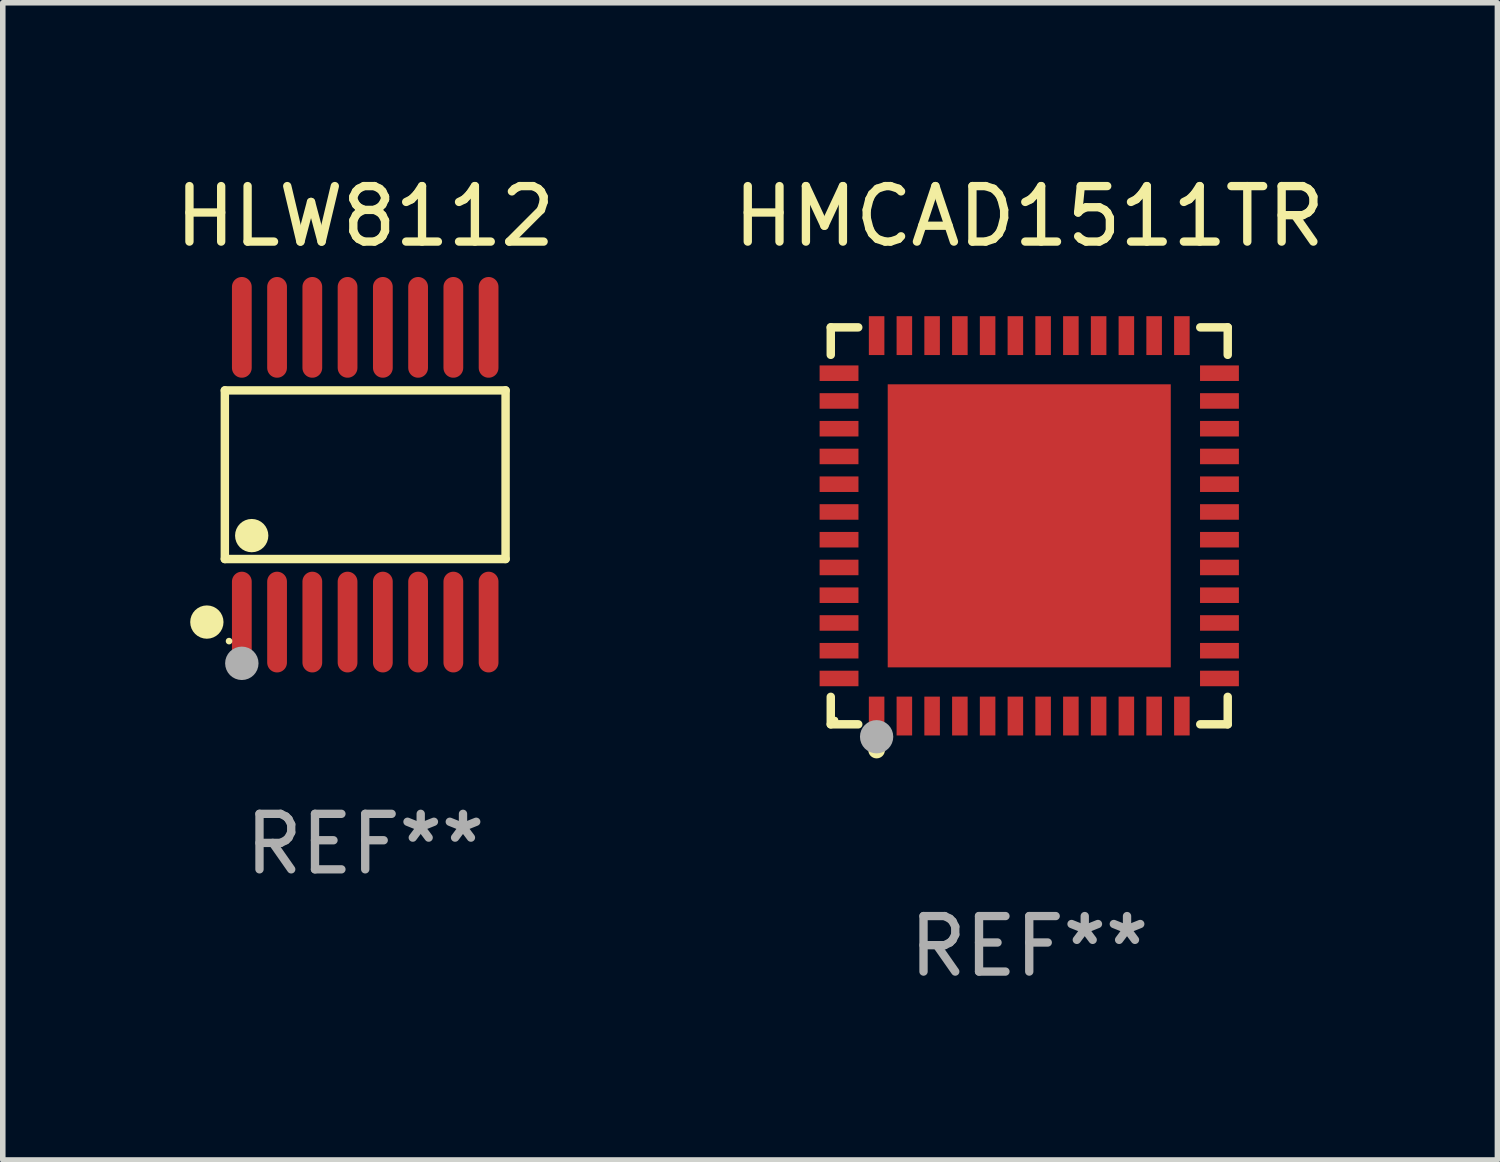
<source format=kicad_pcb>
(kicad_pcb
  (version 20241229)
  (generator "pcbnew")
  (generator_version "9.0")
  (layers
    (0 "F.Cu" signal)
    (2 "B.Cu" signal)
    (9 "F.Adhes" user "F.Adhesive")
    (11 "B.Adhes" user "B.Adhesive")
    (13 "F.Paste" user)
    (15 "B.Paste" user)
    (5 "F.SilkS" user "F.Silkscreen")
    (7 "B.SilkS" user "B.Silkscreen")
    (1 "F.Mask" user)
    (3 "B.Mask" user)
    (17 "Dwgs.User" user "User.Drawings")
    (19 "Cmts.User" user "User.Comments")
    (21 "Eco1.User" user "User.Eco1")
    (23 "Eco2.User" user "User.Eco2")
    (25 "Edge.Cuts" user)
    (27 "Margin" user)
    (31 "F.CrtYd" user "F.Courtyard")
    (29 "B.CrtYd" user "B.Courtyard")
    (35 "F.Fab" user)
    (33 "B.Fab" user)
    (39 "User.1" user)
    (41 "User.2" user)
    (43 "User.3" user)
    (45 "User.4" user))
  (footprint "HMCAD1511TR"
    (layer "F.Cu")
    (at 15.494 6.424)
    (property "Reference" "HMCAD1511TR" (at 0 -5.576 0) (layer "F.SilkS") (effects (font (size 1 1) (thickness 0.15))))
    (attr through_hole)
    (fp_line (start -3.576 -3.576) (end -3.081 -3.576) (stroke (width 0.152) (type solid)) (layer "F.SilkS"))
    (fp_line (start -3.576 -3.081) (end -3.576 -3.576) (stroke (width 0.152) (type solid)) (layer "F.SilkS"))
    (fp_line (start -3.576 3.081) (end -3.576 3.576) (stroke (width 0.152) (type solid)) (layer "F.SilkS"))
    (fp_line (start -3.576 3.576) (end -3.081 3.576) (stroke (width 0.152) (type solid)) (layer "F.SilkS"))
    (fp_line (start 3.576 -3.576) (end 3.081 -3.576) (stroke (width 0.152) (type solid)) (layer "F.SilkS"))
    (fp_line (start 3.576 -3.081) (end 3.576 -3.576) (stroke (width 0.152) (type solid)) (layer "F.SilkS"))
    (fp_line (start 3.576 3.081) (end 3.576 3.576) (stroke (width 0.152) (type solid)) (layer "F.SilkS"))
    (fp_line (start 3.576 3.576) (end 3.081 3.576) (stroke (width 0.152) (type solid)) (layer "F.SilkS"))
    (fp_circle (center -3.5 3.5) (end -3.47 3.5) (stroke (width 0.06) (type solid)) (fill no) (layer "F.SilkS"))
    (fp_circle (center -2.75 4.04) (end -2.675 4.04) (stroke (width 0.15) (type solid)) (fill no) (layer "F.SilkS"))
    (fp_circle (center -2.75 3.8) (end -2.6 3.8) (stroke (width 0.3) (type solid)) (fill no) (layer "F.Fab"))
    (fp_text user "REF**" (at 0 7.576 0) (layer "F.Fab") (effects (font (size 1 1) (thickness 0.15))))
    (pad "1" smd rect (at -2.75 3.427) (size 0.28 0.7) (layers "F.Cu" "F.Mask" "F.Paste"))
    (pad "2" smd rect (at -2.25 3.427) (size 0.28 0.7) (layers "F.Cu" "F.Mask" "F.Paste"))
    (pad "3" smd rect (at -1.75 3.427) (size 0.28 0.7) (layers "F.Cu" "F.Mask" "F.Paste"))
    (pad "4" smd rect (at -1.25 3.427) (size 0.28 0.7) (layers "F.Cu" "F.Mask" "F.Paste"))
    (pad "5" smd rect (at -0.75 3.427) (size 0.28 0.7) (layers "F.Cu" "F.Mask" "F.Paste"))
    (pad "6" smd rect (at -0.25 3.427) (size 0.28 0.7) (layers "F.Cu" "F.Mask" "F.Paste"))
    (pad "7" smd rect (at 0.25 3.427) (size 0.28 0.7) (layers "F.Cu" "F.Mask" "F.Paste"))
    (pad "8" smd rect (at 0.75 3.427) (size 0.28 0.7) (layers "F.Cu" "F.Mask" "F.Paste"))
    (pad "9" smd rect (at 1.25 3.427) (size 0.28 0.7) (layers "F.Cu" "F.Mask" "F.Paste"))
    (pad "10" smd rect (at 1.75 3.427) (size 0.28 0.7) (layers "F.Cu" "F.Mask" "F.Paste"))
    (pad "11" smd rect (at 2.25 3.427) (size 0.28 0.7) (layers "F.Cu" "F.Mask" "F.Paste"))
    (pad "12" smd rect (at 2.75 3.427) (size 0.28 0.7) (layers "F.Cu" "F.Mask" "F.Paste"))
    (pad "13" smd rect (at 3.427 2.75) (size 0.7 0.28) (layers "F.Cu" "F.Mask" "F.Paste"))
    (pad "14" smd rect (at 3.427 2.25) (size 0.7 0.28) (layers "F.Cu" "F.Mask" "F.Paste"))
    (pad "15" smd rect (at 3.427 1.75) (size 0.7 0.28) (layers "F.Cu" "F.Mask" "F.Paste"))
    (pad "16" smd rect (at 3.427 1.25) (size 0.7 0.28) (layers "F.Cu" "F.Mask" "F.Paste"))
    (pad "17" smd rect (at 3.427 0.75) (size 0.7 0.28) (layers "F.Cu" "F.Mask" "F.Paste"))
    (pad "18" smd rect (at 3.427 0.25) (size 0.7 0.28) (layers "F.Cu" "F.Mask" "F.Paste"))
    (pad "19" smd rect (at 3.427 -0.25) (size 0.7 0.28) (layers "F.Cu" "F.Mask" "F.Paste"))
    (pad "20" smd rect (at 3.427 -0.75) (size 0.7 0.28) (layers "F.Cu" "F.Mask" "F.Paste"))
    (pad "21" smd rect (at 3.427 -1.25) (size 0.7 0.28) (layers "F.Cu" "F.Mask" "F.Paste"))
    (pad "22" smd rect (at 3.427 -1.75) (size 0.7 0.28) (layers "F.Cu" "F.Mask" "F.Paste"))
    (pad "23" smd rect (at 3.427 -2.25) (size 0.7 0.28) (layers "F.Cu" "F.Mask" "F.Paste"))
    (pad "24" smd rect (at 3.427 -2.75) (size 0.7 0.28) (layers "F.Cu" "F.Mask" "F.Paste"))
    (pad "25" smd rect (at 2.75 -3.427) (size 0.28 0.7) (layers "F.Cu" "F.Mask" "F.Paste"))
    (pad "26" smd rect (at 2.25 -3.427) (size 0.28 0.7) (layers "F.Cu" "F.Mask" "F.Paste"))
    (pad "27" smd rect (at 1.75 -3.427) (size 0.28 0.7) (layers "F.Cu" "F.Mask" "F.Paste"))
    (pad "28" smd rect (at 1.25 -3.427) (size 0.28 0.7) (layers "F.Cu" "F.Mask" "F.Paste"))
    (pad "29" smd rect (at 0.75 -3.427) (size 0.28 0.7) (layers "F.Cu" "F.Mask" "F.Paste"))
    (pad "30" smd rect (at 0.25 -3.427) (size 0.28 0.7) (layers "F.Cu" "F.Mask" "F.Paste"))
    (pad "31" smd rect (at -0.25 -3.427) (size 0.28 0.7) (layers "F.Cu" "F.Mask" "F.Paste"))
    (pad "32" smd rect (at -0.75 -3.427) (size 0.28 0.7) (layers "F.Cu" "F.Mask" "F.Paste"))
    (pad "33" smd rect (at -1.25 -3.427) (size 0.28 0.7) (layers "F.Cu" "F.Mask" "F.Paste"))
    (pad "34" smd rect (at -1.75 -3.427) (size 0.28 0.7) (layers "F.Cu" "F.Mask" "F.Paste"))
    (pad "35" smd rect (at -2.25 -3.427) (size 0.28 0.7) (layers "F.Cu" "F.Mask" "F.Paste"))
    (pad "36" smd rect (at -2.75 -3.427) (size 0.28 0.7) (layers "F.Cu" "F.Mask" "F.Paste"))
    (pad "37" smd rect (at -3.427 -2.75) (size 0.7 0.28) (layers "F.Cu" "F.Mask" "F.Paste"))
    (pad "38" smd rect (at -3.427 -2.25) (size 0.7 0.28) (layers "F.Cu" "F.Mask" "F.Paste"))
    (pad "39" smd rect (at -3.427 -1.75) (size 0.7 0.28) (layers "F.Cu" "F.Mask" "F.Paste"))
    (pad "40" smd rect (at -3.427 -1.25) (size 0.7 0.28) (layers "F.Cu" "F.Mask" "F.Paste"))
    (pad "41" smd rect (at -3.427 -0.75) (size 0.7 0.28) (layers "F.Cu" "F.Mask" "F.Paste"))
    (pad "42" smd rect (at -3.427 -0.25) (size 0.7 0.28) (layers "F.Cu" "F.Mask" "F.Paste"))
    (pad "43" smd rect (at -3.427 0.25) (size 0.7 0.28) (layers "F.Cu" "F.Mask" "F.Paste"))
    (pad "44" smd rect (at -3.427 0.75) (size 0.7 0.28) (layers "F.Cu" "F.Mask" "F.Paste"))
    (pad "45" smd rect (at -3.427 1.25) (size 0.7 0.28) (layers "F.Cu" "F.Mask" "F.Paste"))
    (pad "46" smd rect (at -3.427 1.75) (size 0.7 0.28) (layers "F.Cu" "F.Mask" "F.Paste"))
    (pad "47" smd rect (at -3.427 2.25) (size 0.7 0.28) (layers "F.Cu" "F.Mask" "F.Paste"))
    (pad "48" smd rect (at -3.427 2.75) (size 0.7 0.28) (layers "F.Cu" "F.Mask" "F.Paste"))
    (pad "49" smd rect (at 0 0) (size 5.1 5.1) (layers "F.Cu" "F.Mask" "F.Paste")))
  (footprint "HLW8112"
    (layer "F.Cu")
    (at 3.53 5.503)
    (property "Reference" "HLW8112" (at 0 -4.655 0) (layer "F.SilkS") (effects (font (size 1 1) (thickness 0.15))))
    (attr through_hole)
    (fp_line (start -2.529 -1.519) (end 2.529 -1.519) (stroke (width 0.152) (type solid)) (layer "F.SilkS"))
    (fp_line (start -2.529 1.519) (end -2.529 -1.519) (stroke (width 0.152) (type solid)) (layer "F.SilkS"))
    (fp_line (start 2.529 -1.519) (end 2.529 1.519) (stroke (width 0.152) (type solid)) (layer "F.SilkS"))
    (fp_line (start 2.529 1.519) (end -2.529 1.519) (stroke (width 0.152) (type solid)) (layer "F.SilkS"))
    (fp_circle (center -2.853 2.655) (end -2.703 2.655) (stroke (width 0.3) (type solid)) (fill no) (layer "F.SilkS"))
    (fp_circle (center -2.453 2.998) (end -2.423 2.998) (stroke (width 0.06) (type solid)) (fill no) (layer "F.SilkS"))
    (fp_circle (center -2.045 1.097) (end -1.895 1.097) (stroke (width 0.3) (type solid)) (fill no) (layer "F.SilkS"))
    (fp_circle (center -2.223 3.398) (end -2.072 3.398) (stroke (width 0.3) (type solid)) (fill no) (layer "F.Fab"))
    (fp_text user "REF**" (at 0 6.655 0) (layer "F.Fab") (effects (font (size 1 1) (thickness 0.15))))
    (pad "1" smd oval (at -2.223 2.655) (size 0.356 1.815) (layers "F.Cu" "F.Mask" "F.Paste"))
    (pad "2" smd oval (at -1.588 2.655) (size 0.356 1.815) (layers "F.Cu" "F.Mask" "F.Paste"))
    (pad "3" smd oval (at -0.953 2.655) (size 0.356 1.815) (layers "F.Cu" "F.Mask" "F.Paste"))
    (pad "4" smd oval (at -0.318 2.655) (size 0.356 1.815) (layers "F.Cu" "F.Mask" "F.Paste"))
    (pad "5" smd oval (at 0.318 2.655) (size 0.356 1.815) (layers "F.Cu" "F.Mask" "F.Paste"))
    (pad "6" smd oval (at 0.953 2.655) (size 0.356 1.815) (layers "F.Cu" "F.Mask" "F.Paste"))
    (pad "7" smd oval (at 1.588 2.655) (size 0.356 1.815) (layers "F.Cu" "F.Mask" "F.Paste"))
    (pad "8" smd oval (at 2.223 2.655) (size 0.356 1.815) (layers "F.Cu" "F.Mask" "F.Paste"))
    (pad "9" smd oval (at 2.223 -2.655) (size 0.356 1.815) (layers "F.Cu" "F.Mask" "F.Paste"))
    (pad "10" smd oval (at 1.588 -2.655) (size 0.356 1.815) (layers "F.Cu" "F.Mask" "F.Paste"))
    (pad "11" smd oval (at 0.953 -2.655) (size 0.356 1.815) (layers "F.Cu" "F.Mask" "F.Paste"))
    (pad "12" smd oval (at 0.318 -2.655) (size 0.356 1.815) (layers "F.Cu" "F.Mask" "F.Paste"))
    (pad "13" smd oval (at -0.318 -2.655) (size 0.356 1.815) (layers "F.Cu" "F.Mask" "F.Paste"))
    (pad "14" smd oval (at -0.953 -2.655) (size 0.356 1.815) (layers "F.Cu" "F.Mask" "F.Paste"))
    (pad "15" smd oval (at -1.588 -2.655) (size 0.356 1.815) (layers "F.Cu" "F.Mask" "F.Paste"))
    (pad "16" smd oval (at -2.223 -2.655) (size 0.356 1.815) (layers "F.Cu" "F.Mask" "F.Paste")))
  (gr_rect
    (start -3 -3)
    (end 23.929 17.849)
    (stroke (width 0.1) (type default))
    (fill no)
    (layer "Edge.Cuts")))
</source>
